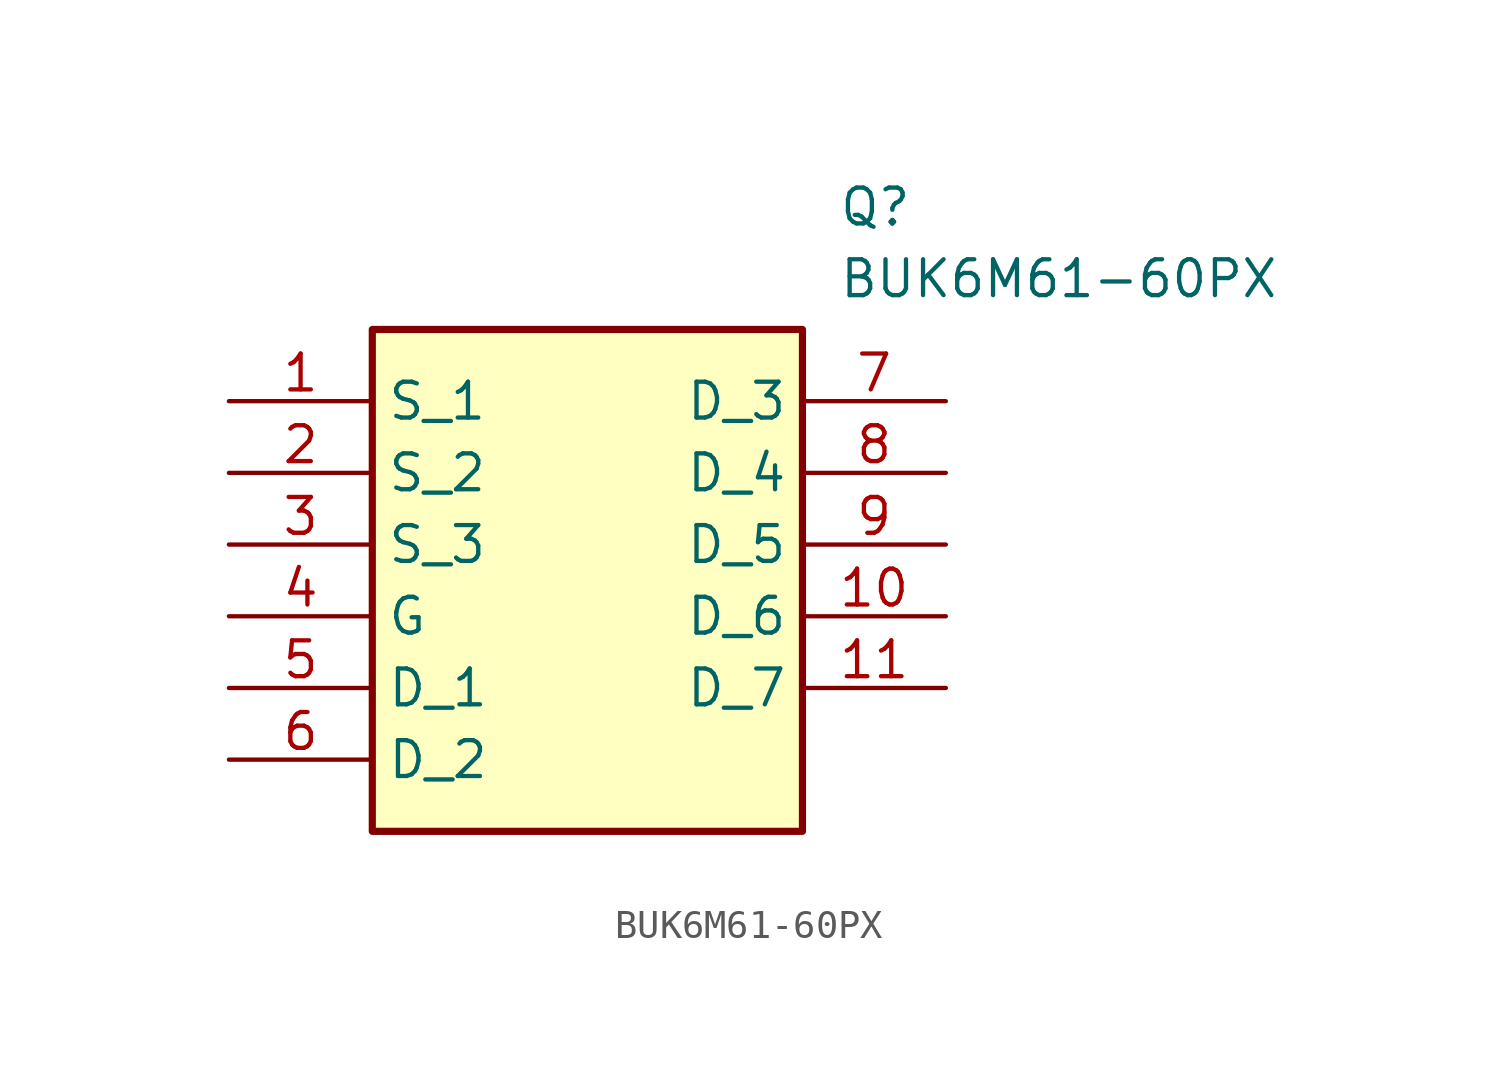
<source format=kicad_sym>
(kicad_symbol_lib
  (version 20211014)
  (generator SamacSys_ECAD_Model)
  (symbol "BUK6M61-60PX"
    (property "Reference" "Q"
      (at 21.59 7.62 0)
      (effects (font (size 1.27 1.27)) (justify left top)))
    (property "Value" "BUK6M61-60PX"
      (at 21.59 5.08 0)
      (effects (font (size 1.27 1.27)) (justify left top)))
    (rectangle
      (start 5.08 2.54)
      (end 20.32 -15.24)
      (stroke (width 0.254) (type default))
      (fill (type background)))
    (pin passive line
      (at 0 0 0)
      (length 5.08)
      (name "S_1" (effects (font (size 1.27 1.27))))
      (number "1" (effects (font (size 1.27 1.27)))))
    (pin passive line
      (at 0 -2.54 0)
      (length 5.08)
      (name "S_2" (effects (font (size 1.27 1.27))))
      (number "2" (effects (font (size 1.27 1.27)))))
    (pin passive line
      (at 0 -5.08 0)
      (length 5.08)
      (name "S_3" (effects (font (size 1.27 1.27))))
      (number "3" (effects (font (size 1.27 1.27)))))
    (pin passive line
      (at 0 -7.62 0)
      (length 5.08)
      (name "G" (effects (font (size 1.27 1.27))))
      (number "4" (effects (font (size 1.27 1.27)))))
    (pin passive line
      (at 0 -10.16 0)
      (length 5.08)
      (name "D_1" (effects (font (size 1.27 1.27))))
      (number "5" (effects (font (size 1.27 1.27)))))
    (pin passive line
      (at 0 -12.7 0)
      (length 5.08)
      (name "D_2" (effects (font (size 1.27 1.27))))
      (number "6" (effects (font (size 1.27 1.27)))))
    (pin passive line
      (at 25.4 0 180)
      (length 5.08)
      (name "D_3" (effects (font (size 1.27 1.27))))
      (number "7" (effects (font (size 1.27 1.27)))))
    (pin passive line
      (at 25.4 -2.54 180)
      (length 5.08)
      (name "D_4" (effects (font (size 1.27 1.27))))
      (number "8" (effects (font (size 1.27 1.27)))))
    (pin passive line
      (at 25.4 -5.08 180)
      (length 5.08)
      (name "D_5" (effects (font (size 1.27 1.27))))
      (number "9" (effects (font (size 1.27 1.27)))))
    (pin passive line
      (at 25.4 -7.62 180)
      (length 5.08)
      (name "D_6" (effects (font (size 1.27 1.27))))
      (number "10" (effects (font (size 1.27 1.27)))))
    (pin passive line
      (at 25.4 -10.16 180)
      (length 5.08)
      (name "D_7" (effects (font (size 1.27 1.27))))
      (number "11" (effects (font (size 1.27 1.27)))))))
</source>
